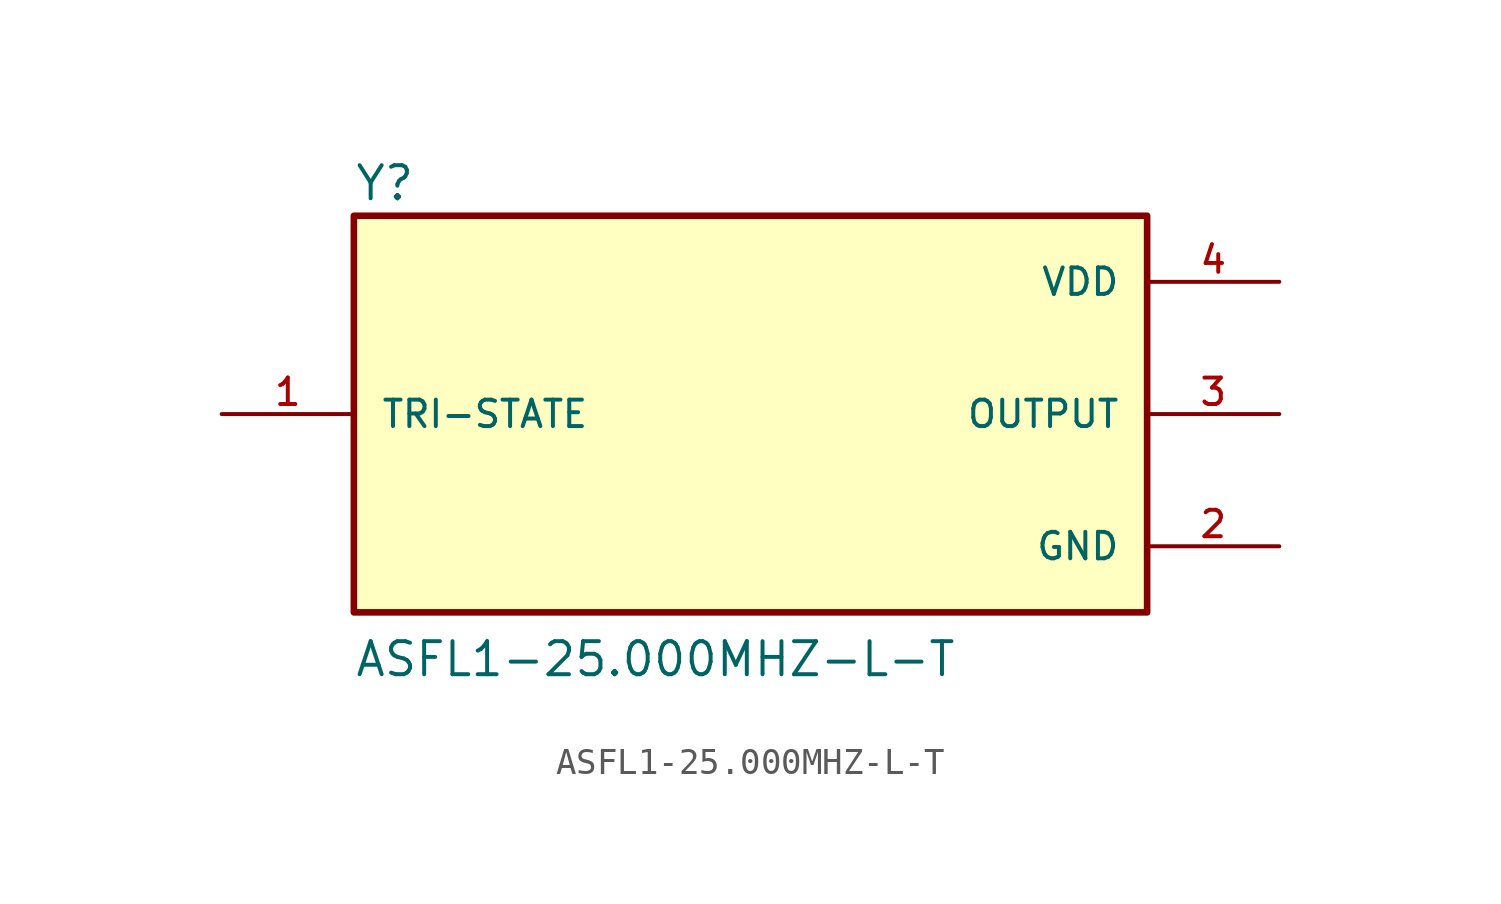
<source format=kicad_sym>
(kicad_symbol_lib
  (version 20231120)
  (generator "kicad_symbol_editor")
  (generator_version "8.0")
  (symbol "ASFL1-25.000MHZ-L-T"
    (pin_names
      (offset 1.016))
    (property "Reference" "Y"
      (at -15.24 8.128 0)
      (effects (font (size 1.27 1.27)) (justify left bottom)))
    (property "Value" "ASFL1-25.000MHZ-L-T"
      (at -15.24 -10.16 0)
      (effects (font (size 1.27 1.27)) (justify left bottom)))
    (symbol "ASFL1-25.000MHZ-L-T_0_0"
      (pin passive line (at -20.32 0 0) (length 5.08) (name "TRI-STATE" (effects (font (size 1.016 1.016)))) (number "1" (effects (font (size 1.016 1.016)))))
      (pin power_in line (at 20.32 -5.08 180) (length 5.08) (name "GND" (effects (font (size 1.016 1.016)))) (number "2" (effects (font (size 1.016 1.016)))))
      (pin output line (at 20.32 0 180) (length 5.08) (name "OUTPUT" (effects (font (size 1.016 1.016)))) (number "3" (effects (font (size 1.016 1.016)))))
      (pin power_in line (at 20.32 5.08 180) (length 5.08) (name "VDD" (effects (font (size 1.016 1.016)))) (number "4" (effects (font (size 1.016 1.016))))))
    (symbol "ASFL1-25.000MHZ-L-T_1_0"
      (rectangle (start -15.24 7.62) (end 15.24 -7.62) (stroke (width 0.254) (type default)) (fill (type background))))))
</source>
